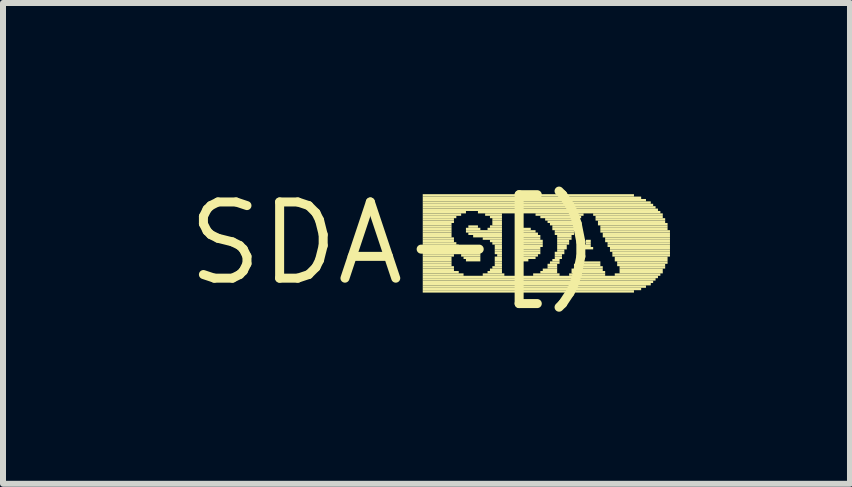
<source format=kicad_pcb>
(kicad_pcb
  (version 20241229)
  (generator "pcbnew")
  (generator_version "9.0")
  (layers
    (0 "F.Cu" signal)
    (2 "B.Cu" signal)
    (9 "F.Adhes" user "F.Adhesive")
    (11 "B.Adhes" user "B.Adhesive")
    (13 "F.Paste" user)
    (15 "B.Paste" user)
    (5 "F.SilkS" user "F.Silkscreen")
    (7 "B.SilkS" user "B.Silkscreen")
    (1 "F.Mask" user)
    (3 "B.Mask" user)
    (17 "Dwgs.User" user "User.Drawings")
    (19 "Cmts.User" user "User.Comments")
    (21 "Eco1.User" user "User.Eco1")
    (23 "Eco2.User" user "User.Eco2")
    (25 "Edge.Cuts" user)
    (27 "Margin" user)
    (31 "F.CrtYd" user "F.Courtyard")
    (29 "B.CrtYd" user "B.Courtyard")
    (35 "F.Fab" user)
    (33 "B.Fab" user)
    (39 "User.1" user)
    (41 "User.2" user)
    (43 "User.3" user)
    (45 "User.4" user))
  (footprint "SDA-[)"
    (layer "F.Cu")
    (at 3.515 1.006)
    (property "Reference" "SDA-[)" (at 0 0 0) (layer "F.SilkS") (effects (font (size 1.27 1.27) (thickness 0.15))))
    (fp_poly (pts (xy 0.48 -0.78) (xy 4 -0.78) (xy 4 -0.82) (xy 0.48 -0.82)) (stroke (width 0) (type solid)) (fill yes) (layer "F.SilkS"))
    (fp_poly (pts (xy 0.48 -0.74) (xy 4.12 -0.74) (xy 4.12 -0.78) (xy 0.48 -0.78)) (stroke (width 0) (type solid)) (fill yes) (layer "F.SilkS"))
    (fp_poly (pts (xy 0.48 -0.7) (xy 4.2 -0.7) (xy 4.2 -0.74) (xy 0.48 -0.74)) (stroke (width 0) (type solid)) (fill yes) (layer "F.SilkS"))
    (fp_poly (pts (xy 0.48 -0.66) (xy 4.28 -0.66) (xy 4.28 -0.7) (xy 0.48 -0.7)) (stroke (width 0) (type solid)) (fill yes) (layer "F.SilkS"))
    (fp_poly (pts (xy 0.48 -0.62) (xy 4.32 -0.62) (xy 4.32 -0.66) (xy 0.48 -0.66)) (stroke (width 0) (type solid)) (fill yes) (layer "F.SilkS"))
    (fp_poly (pts (xy 0.48 -0.58) (xy 4.36 -0.58) (xy 4.36 -0.62) (xy 0.48 -0.62)) (stroke (width 0) (type solid)) (fill yes) (layer "F.SilkS"))
    (fp_poly (pts (xy 0.48 -0.54) (xy 4.4 -0.54) (xy 4.4 -0.58) (xy 0.48 -0.58)) (stroke (width 0) (type solid)) (fill yes) (layer "F.SilkS"))
    (fp_poly (pts (xy 0.48 -0.5) (xy 1.2 -0.5) (xy 1.2 -0.54) (xy 0.48 -0.54)) (stroke (width 0) (type solid)) (fill yes) (layer "F.SilkS"))
    (fp_poly (pts (xy 0.48 -0.46) (xy 1.12 -0.46) (xy 1.12 -0.5) (xy 0.48 -0.5)) (stroke (width 0) (type solid)) (fill yes) (layer "F.SilkS"))
    (fp_poly (pts (xy 0.48 -0.42) (xy 1.04 -0.42) (xy 1.04 -0.46) (xy 0.48 -0.46)) (stroke (width 0) (type solid)) (fill yes) (layer "F.SilkS"))
    (fp_poly (pts (xy 0.48 -0.38) (xy 1 -0.38) (xy 1 -0.42) (xy 0.48 -0.42)) (stroke (width 0) (type solid)) (fill yes) (layer "F.SilkS"))
    (fp_poly (pts (xy 0.48 -0.34) (xy 1 -0.34) (xy 1 -0.38) (xy 0.48 -0.38)) (stroke (width 0) (type solid)) (fill yes) (layer "F.SilkS"))
    (fp_poly (pts (xy 0.48 -0.3) (xy 0.96 -0.3) (xy 0.96 -0.34) (xy 0.48 -0.34)) (stroke (width 0) (type solid)) (fill yes) (layer "F.SilkS"))
    (fp_poly (pts (xy 0.48 -0.26) (xy 0.96 -0.26) (xy 0.96 -0.3) (xy 0.48 -0.3)) (stroke (width 0) (type solid)) (fill yes) (layer "F.SilkS"))
    (fp_poly (pts (xy 0.48 -0.22) (xy 0.96 -0.22) (xy 0.96 -0.26) (xy 0.48 -0.26)) (stroke (width 0) (type solid)) (fill yes) (layer "F.SilkS"))
    (fp_poly (pts (xy 0.48 -0.18) (xy 0.96 -0.18) (xy 0.96 -0.22) (xy 0.48 -0.22)) (stroke (width 0) (type solid)) (fill yes) (layer "F.SilkS"))
    (fp_poly (pts (xy 0.48 -0.14) (xy 0.96 -0.14) (xy 0.96 -0.18) (xy 0.48 -0.18)) (stroke (width 0) (type solid)) (fill yes) (layer "F.SilkS"))
    (fp_poly (pts (xy 0.48 -0.1) (xy 0.96 -0.1) (xy 0.96 -0.14) (xy 0.48 -0.14)) (stroke (width 0) (type solid)) (fill yes) (layer "F.SilkS"))
    (fp_poly (pts (xy 0.48 -0.06) (xy 1 -0.06) (xy 1 -0.1) (xy 0.48 -0.1)) (stroke (width 0) (type solid)) (fill yes) (layer "F.SilkS"))
    (fp_poly (pts (xy 0.48 -0.02) (xy 1 -0.02) (xy 1 -0.06) (xy 0.48 -0.06)) (stroke (width 0) (type solid)) (fill yes) (layer "F.SilkS"))
    (fp_poly (pts (xy 0.48 0.02) (xy 1.04 0.02) (xy 1.04 -0.02) (xy 0.48 -0.02)) (stroke (width 0) (type solid)) (fill yes) (layer "F.SilkS"))
    (fp_poly (pts (xy 0.48 0.06) (xy 1.08 0.06) (xy 1.08 0.02) (xy 0.48 0.02)) (stroke (width 0) (type solid)) (fill yes) (layer "F.SilkS"))
    (fp_poly (pts (xy 0.48 0.1) (xy 1.2 0.1) (xy 1.2 0.06) (xy 0.48 0.06)) (stroke (width 0) (type solid)) (fill yes) (layer "F.SilkS"))
    (fp_poly (pts (xy 0.48 0.14) (xy 1.32 0.14) (xy 1.32 0.1) (xy 0.48 0.1)) (stroke (width 0) (type solid)) (fill yes) (layer "F.SilkS"))
    (fp_poly (pts (xy 0.48 0.18) (xy 1.44 0.18) (xy 1.44 0.14) (xy 0.48 0.14)) (stroke (width 0) (type solid)) (fill yes) (layer "F.SilkS"))
    (fp_poly (pts (xy 0.48 0.22) (xy 1 0.22) (xy 1 0.18) (xy 0.48 0.18)) (stroke (width 0) (type solid)) (fill yes) (layer "F.SilkS"))
    (fp_poly (pts (xy 0.48 0.26) (xy 0.96 0.26) (xy 0.96 0.22) (xy 0.48 0.22)) (stroke (width 0) (type solid)) (fill yes) (layer "F.SilkS"))
    (fp_poly (pts (xy 0.48 0.3) (xy 0.96 0.3) (xy 0.96 0.26) (xy 0.48 0.26)) (stroke (width 0) (type solid)) (fill yes) (layer "F.SilkS"))
    (fp_poly (pts (xy 0.48 0.34) (xy 0.96 0.34) (xy 0.96 0.3) (xy 0.48 0.3)) (stroke (width 0) (type solid)) (fill yes) (layer "F.SilkS"))
    (fp_poly (pts (xy 0.48 0.38) (xy 0.96 0.38) (xy 0.96 0.34) (xy 0.48 0.34)) (stroke (width 0) (type solid)) (fill yes) (layer "F.SilkS"))
    (fp_poly (pts (xy 0.48 0.42) (xy 1 0.42) (xy 1 0.38) (xy 0.48 0.38)) (stroke (width 0) (type solid)) (fill yes) (layer "F.SilkS"))
    (fp_poly (pts (xy 0.48 0.46) (xy 1 0.46) (xy 1 0.42) (xy 0.48 0.42)) (stroke (width 0) (type solid)) (fill yes) (layer "F.SilkS"))
    (fp_poly (pts (xy 0.48 0.5) (xy 1.08 0.5) (xy 1.08 0.46) (xy 0.48 0.46)) (stroke (width 0) (type solid)) (fill yes) (layer "F.SilkS"))
    (fp_poly (pts (xy 0.48 0.54) (xy 1.16 0.54) (xy 1.16 0.5) (xy 0.48 0.5)) (stroke (width 0) (type solid)) (fill yes) (layer "F.SilkS"))
    (fp_poly (pts (xy 0.48 0.58) (xy 4.4 0.58) (xy 4.4 0.54) (xy 0.48 0.54)) (stroke (width 0) (type solid)) (fill yes) (layer "F.SilkS"))
    (fp_poly (pts (xy 0.48 0.62) (xy 4.36 0.62) (xy 4.36 0.58) (xy 0.48 0.58)) (stroke (width 0) (type solid)) (fill yes) (layer "F.SilkS"))
    (fp_poly (pts (xy 0.48 0.66) (xy 4.32 0.66) (xy 4.32 0.62) (xy 0.48 0.62)) (stroke (width 0) (type solid)) (fill yes) (layer "F.SilkS"))
    (fp_poly (pts (xy 0.48 0.7) (xy 4.28 0.7) (xy 4.28 0.66) (xy 0.48 0.66)) (stroke (width 0) (type solid)) (fill yes) (layer "F.SilkS"))
    (fp_poly (pts (xy 0.48 0.74) (xy 4.2 0.74) (xy 4.2 0.7) (xy 0.48 0.7)) (stroke (width 0) (type solid)) (fill yes) (layer "F.SilkS"))
    (fp_poly (pts (xy 0.48 0.78) (xy 4.12 0.78) (xy 4.12 0.74) (xy 0.48 0.74)) (stroke (width 0) (type solid)) (fill yes) (layer "F.SilkS"))
    (fp_poly (pts (xy 0.48 0.82) (xy 4 0.82) (xy 4 0.78) (xy 0.48 0.78)) (stroke (width 0) (type solid)) (fill yes) (layer "F.SilkS"))
    (fp_poly (pts (xy 1.12 0.22) (xy 1.44 0.22) (xy 1.44 0.18) (xy 1.12 0.18)) (stroke (width 0) (type solid)) (fill yes) (layer "F.SilkS"))
    (fp_poly (pts (xy 1.16 0.26) (xy 1.44 0.26) (xy 1.44 0.22) (xy 1.16 0.22)) (stroke (width 0) (type solid)) (fill yes) (layer "F.SilkS"))
    (fp_poly (pts (xy 1.2 -0.22) (xy 1.44 -0.22) (xy 1.44 -0.26) (xy 1.2 -0.26)) (stroke (width 0) (type solid)) (fill yes) (layer "F.SilkS"))
    (fp_poly (pts (xy 1.2 -0.18) (xy 1.8 -0.18) (xy 1.8 -0.22) (xy 1.2 -0.22)) (stroke (width 0) (type solid)) (fill yes) (layer "F.SilkS"))
    (fp_poly (pts (xy 1.2 0.3) (xy 1.44 0.3) (xy 1.44 0.26) (xy 1.2 0.26)) (stroke (width 0) (type solid)) (fill yes) (layer "F.SilkS"))
    (fp_poly (pts (xy 1.24 -0.26) (xy 1.4 -0.26) (xy 1.4 -0.3) (xy 1.24 -0.3)) (stroke (width 0) (type solid)) (fill yes) (layer "F.SilkS"))
    (fp_poly (pts (xy 1.24 -0.14) (xy 1.8 -0.14) (xy 1.8 -0.18) (xy 1.24 -0.18)) (stroke (width 0) (type solid)) (fill yes) (layer "F.SilkS"))
    (fp_poly (pts (xy 1.32 -0.1) (xy 1.8 -0.1) (xy 1.8 -0.14) (xy 1.32 -0.14)) (stroke (width 0) (type solid)) (fill yes) (layer "F.SilkS"))
    (fp_poly (pts (xy 1.4 -0.5) (xy 4.44 -0.5) (xy 4.44 -0.54) (xy 1.4 -0.54)) (stroke (width 0) (type solid)) (fill yes) (layer "F.SilkS"))
    (fp_poly (pts (xy 1.48 -0.06) (xy 1.8 -0.06) (xy 1.8 -0.1) (xy 1.48 -0.1)) (stroke (width 0) (type solid)) (fill yes) (layer "F.SilkS"))
    (fp_poly (pts (xy 1.48 0.54) (xy 1.84 0.54) (xy 1.84 0.5) (xy 1.48 0.5)) (stroke (width 0) (type solid)) (fill yes) (layer "F.SilkS"))
    (fp_poly (pts (xy 1.52 -0.46) (xy 1.8 -0.46) (xy 1.8 -0.5) (xy 1.52 -0.5)) (stroke (width 0) (type solid)) (fill yes) (layer "F.SilkS"))
    (fp_poly (pts (xy 1.56 -0.22) (xy 1.8 -0.22) (xy 1.8 -0.26) (xy 1.56 -0.26)) (stroke (width 0) (type solid)) (fill yes) (layer "F.SilkS"))
    (fp_poly (pts (xy 1.56 0.5) (xy 1.8 0.5) (xy 1.8 0.46) (xy 1.56 0.46)) (stroke (width 0) (type solid)) (fill yes) (layer "F.SilkS"))
    (fp_poly (pts (xy 1.6 -0.42) (xy 1.8 -0.42) (xy 1.8 -0.46) (xy 1.6 -0.46)) (stroke (width 0) (type solid)) (fill yes) (layer "F.SilkS"))
    (fp_poly (pts (xy 1.6 -0.26) (xy 1.8 -0.26) (xy 1.8 -0.3) (xy 1.6 -0.3)) (stroke (width 0) (type solid)) (fill yes) (layer "F.SilkS"))
    (fp_poly (pts (xy 1.6 -0.02) (xy 1.8 -0.02) (xy 1.8 -0.06) (xy 1.6 -0.06)) (stroke (width 0) (type solid)) (fill yes) (layer "F.SilkS"))
    (fp_poly (pts (xy 1.6 0.46) (xy 1.8 0.46) (xy 1.8 0.42) (xy 1.6 0.42)) (stroke (width 0) (type solid)) (fill yes) (layer "F.SilkS"))
    (fp_poly (pts (xy 1.64 -0.38) (xy 1.8 -0.38) (xy 1.8 -0.42) (xy 1.64 -0.42)) (stroke (width 0) (type solid)) (fill yes) (layer "F.SilkS"))
    (fp_poly (pts (xy 1.64 -0.34) (xy 1.8 -0.34) (xy 1.8 -0.38) (xy 1.64 -0.38)) (stroke (width 0) (type solid)) (fill yes) (layer "F.SilkS"))
    (fp_poly (pts (xy 1.64 -0.3) (xy 1.8 -0.3) (xy 1.8 -0.34) (xy 1.64 -0.34)) (stroke (width 0) (type solid)) (fill yes) (layer "F.SilkS"))
    (fp_poly (pts (xy 1.64 0.02) (xy 1.8 0.02) (xy 1.8 -0.02) (xy 1.64 -0.02)) (stroke (width 0) (type solid)) (fill yes) (layer "F.SilkS"))
    (fp_poly (pts (xy 1.64 0.42) (xy 1.8 0.42) (xy 1.8 0.38) (xy 1.64 0.38)) (stroke (width 0) (type solid)) (fill yes) (layer "F.SilkS"))
    (fp_poly (pts (xy 1.68 0.06) (xy 1.8 0.06) (xy 1.8 0.02) (xy 1.68 0.02)) (stroke (width 0) (type solid)) (fill yes) (layer "F.SilkS"))
    (fp_poly (pts (xy 1.68 0.1) (xy 1.8 0.1) (xy 1.8 0.06) (xy 1.68 0.06)) (stroke (width 0) (type solid)) (fill yes) (layer "F.SilkS"))
    (fp_poly (pts (xy 1.68 0.14) (xy 1.8 0.14) (xy 1.8 0.1) (xy 1.68 0.1)) (stroke (width 0) (type solid)) (fill yes) (layer "F.SilkS"))
    (fp_poly (pts (xy 1.68 0.18) (xy 1.8 0.18) (xy 1.8 0.14) (xy 1.68 0.14)) (stroke (width 0) (type solid)) (fill yes) (layer "F.SilkS"))
    (fp_poly (pts (xy 1.68 0.26) (xy 1.8 0.26) (xy 1.8 0.22) (xy 1.68 0.22)) (stroke (width 0) (type solid)) (fill yes) (layer "F.SilkS"))
    (fp_poly (pts (xy 1.68 0.3) (xy 1.8 0.3) (xy 1.8 0.26) (xy 1.68 0.26)) (stroke (width 0) (type solid)) (fill yes) (layer "F.SilkS"))
    (fp_poly (pts (xy 1.68 0.34) (xy 1.8 0.34) (xy 1.8 0.3) (xy 1.68 0.3)) (stroke (width 0) (type solid)) (fill yes) (layer "F.SilkS"))
    (fp_poly (pts (xy 1.68 0.38) (xy 1.8 0.38) (xy 1.8 0.34) (xy 1.68 0.34)) (stroke (width 0) (type solid)) (fill yes) (layer "F.SilkS"))
    (fp_poly (pts (xy 1.72 0.22) (xy 1.8 0.22) (xy 1.8 0.18) (xy 1.72 0.18)) (stroke (width 0) (type solid)) (fill yes) (layer "F.SilkS"))
    (fp_poly (pts (xy 2.04 -0.22) (xy 2.28 -0.22) (xy 2.28 -0.26) (xy 2.04 -0.26)) (stroke (width 0) (type solid)) (fill yes) (layer "F.SilkS"))
    (fp_poly (pts (xy 2.04 -0.18) (xy 2.36 -0.18) (xy 2.36 -0.22) (xy 2.04 -0.22)) (stroke (width 0) (type solid)) (fill yes) (layer "F.SilkS"))
    (fp_poly (pts (xy 2.04 -0.14) (xy 2.4 -0.14) (xy 2.4 -0.18) (xy 2.04 -0.18)) (stroke (width 0) (type solid)) (fill yes) (layer "F.SilkS"))
    (fp_poly (pts (xy 2.04 -0.1) (xy 2.44 -0.1) (xy 2.44 -0.14) (xy 2.04 -0.14)) (stroke (width 0) (type solid)) (fill yes) (layer "F.SilkS"))
    (fp_poly (pts (xy 2.04 -0.06) (xy 2.44 -0.06) (xy 2.44 -0.1) (xy 2.04 -0.1)) (stroke (width 0) (type solid)) (fill yes) (layer "F.SilkS"))
    (fp_poly (pts (xy 2.04 -0.02) (xy 2.48 -0.02) (xy 2.48 -0.06) (xy 2.04 -0.06)) (stroke (width 0) (type solid)) (fill yes) (layer "F.SilkS"))
    (fp_poly (pts (xy 2.04 0.02) (xy 2.48 0.02) (xy 2.48 -0.02) (xy 2.04 -0.02)) (stroke (width 0) (type solid)) (fill yes) (layer "F.SilkS"))
    (fp_poly (pts (xy 2.04 0.06) (xy 2.48 0.06) (xy 2.48 0.02) (xy 2.04 0.02)) (stroke (width 0) (type solid)) (fill yes) (layer "F.SilkS"))
    (fp_poly (pts (xy 2.04 0.1) (xy 2.44 0.1) (xy 2.44 0.06) (xy 2.04 0.06)) (stroke (width 0) (type solid)) (fill yes) (layer "F.SilkS"))
    (fp_poly (pts (xy 2.04 0.14) (xy 2.44 0.14) (xy 2.44 0.1) (xy 2.04 0.1)) (stroke (width 0) (type solid)) (fill yes) (layer "F.SilkS"))
    (fp_poly (pts (xy 2.04 0.18) (xy 2.44 0.18) (xy 2.44 0.14) (xy 2.04 0.14)) (stroke (width 0) (type solid)) (fill yes) (layer "F.SilkS"))
    (fp_poly (pts (xy 2.04 0.22) (xy 2.4 0.22) (xy 2.4 0.18) (xy 2.04 0.18)) (stroke (width 0) (type solid)) (fill yes) (layer "F.SilkS"))
    (fp_poly (pts (xy 2.04 0.26) (xy 2.36 0.26) (xy 2.36 0.22) (xy 2.04 0.22)) (stroke (width 0) (type solid)) (fill yes) (layer "F.SilkS"))
    (fp_poly (pts (xy 2.08 0.3) (xy 2.24 0.3) (xy 2.24 0.26) (xy 2.08 0.26)) (stroke (width 0) (type solid)) (fill yes) (layer "F.SilkS"))
    (fp_poly (pts (xy 2.32 0.54) (xy 2.76 0.54) (xy 2.76 0.5) (xy 2.32 0.5)) (stroke (width 0) (type solid)) (fill yes) (layer "F.SilkS"))
    (fp_poly (pts (xy 2.36 -0.46) (xy 3.16 -0.46) (xy 3.16 -0.5) (xy 2.36 -0.5)) (stroke (width 0) (type solid)) (fill yes) (layer "F.SilkS"))
    (fp_poly (pts (xy 2.44 -0.42) (xy 3.12 -0.42) (xy 3.12 -0.46) (xy 2.44 -0.46)) (stroke (width 0) (type solid)) (fill yes) (layer "F.SilkS"))
    (fp_poly (pts (xy 2.44 0.5) (xy 2.72 0.5) (xy 2.72 0.46) (xy 2.44 0.46)) (stroke (width 0) (type solid)) (fill yes) (layer "F.SilkS"))
    (fp_poly (pts (xy 2.48 0.46) (xy 2.72 0.46) (xy 2.72 0.42) (xy 2.48 0.42)) (stroke (width 0) (type solid)) (fill yes) (layer "F.SilkS"))
    (fp_poly (pts (xy 2.52 -0.38) (xy 3.08 -0.38) (xy 3.08 -0.42) (xy 2.52 -0.42)) (stroke (width 0) (type solid)) (fill yes) (layer "F.SilkS"))
    (fp_poly (pts (xy 2.56 -0.34) (xy 3.08 -0.34) (xy 3.08 -0.38) (xy 2.56 -0.38)) (stroke (width 0) (type solid)) (fill yes) (layer "F.SilkS"))
    (fp_poly (pts (xy 2.56 0.38) (xy 2.72 0.38) (xy 2.72 0.34) (xy 2.56 0.34)) (stroke (width 0) (type solid)) (fill yes) (layer "F.SilkS"))
    (fp_poly (pts (xy 2.56 0.42) (xy 2.72 0.42) (xy 2.72 0.38) (xy 2.56 0.38)) (stroke (width 0) (type solid)) (fill yes) (layer "F.SilkS"))
    (fp_poly (pts (xy 2.6 -0.3) (xy 3.04 -0.3) (xy 3.04 -0.34) (xy 2.6 -0.34)) (stroke (width 0) (type solid)) (fill yes) (layer "F.SilkS"))
    (fp_poly (pts (xy 2.6 0.34) (xy 2.76 0.34) (xy 2.76 0.3) (xy 2.6 0.3)) (stroke (width 0) (type solid)) (fill yes) (layer "F.SilkS"))
    (fp_poly (pts (xy 2.64 -0.26) (xy 3.04 -0.26) (xy 3.04 -0.3) (xy 2.64 -0.3)) (stroke (width 0) (type solid)) (fill yes) (layer "F.SilkS"))
    (fp_poly (pts (xy 2.64 -0.22) (xy 3.04 -0.22) (xy 3.04 -0.26) (xy 2.64 -0.26)) (stroke (width 0) (type solid)) (fill yes) (layer "F.SilkS"))
    (fp_poly (pts (xy 2.64 0.3) (xy 2.76 0.3) (xy 2.76 0.26) (xy 2.64 0.26)) (stroke (width 0) (type solid)) (fill yes) (layer "F.SilkS"))
    (fp_poly (pts (xy 2.68 -0.18) (xy 3 -0.18) (xy 3 -0.22) (xy 2.68 -0.22)) (stroke (width 0) (type solid)) (fill yes) (layer "F.SilkS"))
    (fp_poly (pts (xy 2.68 -0.14) (xy 3 -0.14) (xy 3 -0.18) (xy 2.68 -0.18)) (stroke (width 0) (type solid)) (fill yes) (layer "F.SilkS"))
    (fp_poly (pts (xy 2.68 0.18) (xy 2.84 0.18) (xy 2.84 0.14) (xy 2.68 0.14)) (stroke (width 0) (type solid)) (fill yes) (layer "F.SilkS"))
    (fp_poly (pts (xy 2.68 0.22) (xy 2.8 0.22) (xy 2.8 0.18) (xy 2.68 0.18)) (stroke (width 0) (type solid)) (fill yes) (layer "F.SilkS"))
    (fp_poly (pts (xy 2.68 0.26) (xy 2.8 0.26) (xy 2.8 0.22) (xy 2.68 0.22)) (stroke (width 0) (type solid)) (fill yes) (layer "F.SilkS"))
    (fp_poly (pts (xy 2.72 -0.1) (xy 2.96 -0.1) (xy 2.96 -0.14) (xy 2.72 -0.14)) (stroke (width 0) (type solid)) (fill yes) (layer "F.SilkS"))
    (fp_poly (pts (xy 2.72 -0.06) (xy 2.96 -0.06) (xy 2.96 -0.1) (xy 2.72 -0.1)) (stroke (width 0) (type solid)) (fill yes) (layer "F.SilkS"))
    (fp_poly (pts (xy 2.72 -0.02) (xy 2.92 -0.02) (xy 2.92 -0.06) (xy 2.72 -0.06)) (stroke (width 0) (type solid)) (fill yes) (layer "F.SilkS"))
    (fp_poly (pts (xy 2.72 0.02) (xy 2.92 0.02) (xy 2.92 -0.02) (xy 2.72 -0.02)) (stroke (width 0) (type solid)) (fill yes) (layer "F.SilkS"))
    (fp_poly (pts (xy 2.72 0.06) (xy 2.88 0.06) (xy 2.88 0.02) (xy 2.72 0.02)) (stroke (width 0) (type solid)) (fill yes) (layer "F.SilkS"))
    (fp_poly (pts (xy 2.72 0.1) (xy 2.88 0.1) (xy 2.88 0.06) (xy 2.72 0.06)) (stroke (width 0) (type solid)) (fill yes) (layer "F.SilkS"))
    (fp_poly (pts (xy 2.72 0.14) (xy 2.84 0.14) (xy 2.84 0.1) (xy 2.72 0.1)) (stroke (width 0) (type solid)) (fill yes) (layer "F.SilkS"))
    (fp_poly (pts (xy 2.92 0.54) (xy 3.52 0.54) (xy 3.52 0.5) (xy 2.92 0.5)) (stroke (width 0) (type solid)) (fill yes) (layer "F.SilkS"))
    (fp_poly (pts (xy 2.96 0.46) (xy 3.48 0.46) (xy 3.48 0.42) (xy 2.96 0.42)) (stroke (width 0) (type solid)) (fill yes) (layer "F.SilkS"))
    (fp_poly (pts (xy 2.96 0.5) (xy 3.52 0.5) (xy 3.52 0.46) (xy 2.96 0.46)) (stroke (width 0) (type solid)) (fill yes) (layer "F.SilkS"))
    (fp_poly (pts (xy 3 0.38) (xy 3.44 0.38) (xy 3.44 0.34) (xy 3 0.34)) (stroke (width 0) (type solid)) (fill yes) (layer "F.SilkS"))
    (fp_poly (pts (xy 3 0.42) (xy 3.48 0.42) (xy 3.48 0.38) (xy 3 0.38)) (stroke (width 0) (type solid)) (fill yes) (layer "F.SilkS"))
    (fp_poly (pts (xy 3.04 0.34) (xy 3.44 0.34) (xy 3.44 0.3) (xy 3.04 0.3)) (stroke (width 0) (type solid)) (fill yes) (layer "F.SilkS"))
    (fp_poly (pts (xy 3.16 0.06) (xy 3.28 0.06) (xy 3.28 0.02) (xy 3.16 0.02)) (stroke (width 0) (type solid)) (fill yes) (layer "F.SilkS"))
    (fp_poly (pts (xy 3.16 0.1) (xy 3.32 0.1) (xy 3.32 0.06) (xy 3.16 0.06)) (stroke (width 0) (type solid)) (fill yes) (layer "F.SilkS"))
    (fp_poly (pts (xy 3.2 -0.02) (xy 3.28 -0.02) (xy 3.28 -0.06) (xy 3.2 -0.06)) (stroke (width 0) (type solid)) (fill yes) (layer "F.SilkS"))
    (fp_poly (pts (xy 3.2 0.02) (xy 3.28 0.02) (xy 3.28 -0.02) (xy 3.2 -0.02)) (stroke (width 0) (type solid)) (fill yes) (layer "F.SilkS"))
    (fp_poly (pts (xy 3.32 -0.46) (xy 4.48 -0.46) (xy 4.48 -0.5) (xy 3.32 -0.5)) (stroke (width 0) (type solid)) (fill yes) (layer "F.SilkS"))
    (fp_poly (pts (xy 3.36 -0.42) (xy 4.48 -0.42) (xy 4.48 -0.46) (xy 3.36 -0.46)) (stroke (width 0) (type solid)) (fill yes) (layer "F.SilkS"))
    (fp_poly (pts (xy 3.36 -0.38) (xy 4.52 -0.38) (xy 4.52 -0.42) (xy 3.36 -0.42)) (stroke (width 0) (type solid)) (fill yes) (layer "F.SilkS"))
    (fp_poly (pts (xy 3.4 -0.34) (xy 4.52 -0.34) (xy 4.52 -0.38) (xy 3.4 -0.38)) (stroke (width 0) (type solid)) (fill yes) (layer "F.SilkS"))
    (fp_poly (pts (xy 3.4 -0.3) (xy 4.56 -0.3) (xy 4.56 -0.34) (xy 3.4 -0.34)) (stroke (width 0) (type solid)) (fill yes) (layer "F.SilkS"))
    (fp_poly (pts (xy 3.44 -0.26) (xy 4.56 -0.26) (xy 4.56 -0.3) (xy 3.44 -0.3)) (stroke (width 0) (type solid)) (fill yes) (layer "F.SilkS"))
    (fp_poly (pts (xy 3.44 -0.22) (xy 4.56 -0.22) (xy 4.56 -0.26) (xy 3.44 -0.26)) (stroke (width 0) (type solid)) (fill yes) (layer "F.SilkS"))
    (fp_poly (pts (xy 3.44 -0.18) (xy 4.6 -0.18) (xy 4.6 -0.22) (xy 3.44 -0.22)) (stroke (width 0) (type solid)) (fill yes) (layer "F.SilkS"))
    (fp_poly (pts (xy 3.48 -0.14) (xy 4.6 -0.14) (xy 4.6 -0.18) (xy 3.48 -0.18)) (stroke (width 0) (type solid)) (fill yes) (layer "F.SilkS"))
    (fp_poly (pts (xy 3.48 -0.1) (xy 4.6 -0.1) (xy 4.6 -0.14) (xy 3.48 -0.14)) (stroke (width 0) (type solid)) (fill yes) (layer "F.SilkS"))
    (fp_poly (pts (xy 3.52 -0.06) (xy 4.6 -0.06) (xy 4.6 -0.1) (xy 3.52 -0.1)) (stroke (width 0) (type solid)) (fill yes) (layer "F.SilkS"))
    (fp_poly (pts (xy 3.52 -0.02) (xy 4.6 -0.02) (xy 4.6 -0.06) (xy 3.52 -0.06)) (stroke (width 0) (type solid)) (fill yes) (layer "F.SilkS"))
    (fp_poly (pts (xy 3.56 0.02) (xy 4.6 0.02) (xy 4.6 -0.02) (xy 3.56 -0.02)) (stroke (width 0) (type solid)) (fill yes) (layer "F.SilkS"))
    (fp_poly (pts (xy 3.56 0.06) (xy 4.6 0.06) (xy 4.6 0.02) (xy 3.56 0.02)) (stroke (width 0) (type solid)) (fill yes) (layer "F.SilkS"))
    (fp_poly (pts (xy 3.6 0.1) (xy 4.6 0.1) (xy 4.6 0.06) (xy 3.6 0.06)) (stroke (width 0) (type solid)) (fill yes) (layer "F.SilkS"))
    (fp_poly (pts (xy 3.6 0.14) (xy 4.6 0.14) (xy 4.6 0.1) (xy 3.6 0.1)) (stroke (width 0) (type solid)) (fill yes) (layer "F.SilkS"))
    (fp_poly (pts (xy 3.64 0.18) (xy 4.6 0.18) (xy 4.6 0.14) (xy 3.64 0.14)) (stroke (width 0) (type solid)) (fill yes) (layer "F.SilkS"))
    (fp_poly (pts (xy 3.64 0.22) (xy 4.6 0.22) (xy 4.6 0.18) (xy 3.64 0.18)) (stroke (width 0) (type solid)) (fill yes) (layer "F.SilkS"))
    (fp_poly (pts (xy 3.68 0.26) (xy 4.56 0.26) (xy 4.56 0.22) (xy 3.68 0.22)) (stroke (width 0) (type solid)) (fill yes) (layer "F.SilkS"))
    (fp_poly (pts (xy 3.68 0.3) (xy 4.56 0.3) (xy 4.56 0.26) (xy 3.68 0.26)) (stroke (width 0) (type solid)) (fill yes) (layer "F.SilkS"))
    (fp_poly (pts (xy 3.68 0.54) (xy 4.44 0.54) (xy 4.44 0.5) (xy 3.68 0.5)) (stroke (width 0) (type solid)) (fill yes) (layer "F.SilkS"))
    (fp_poly (pts (xy 3.72 0.34) (xy 4.56 0.34) (xy 4.56 0.3) (xy 3.72 0.3)) (stroke (width 0) (type solid)) (fill yes) (layer "F.SilkS"))
    (fp_poly (pts (xy 3.72 0.38) (xy 4.52 0.38) (xy 4.52 0.34) (xy 3.72 0.34)) (stroke (width 0) (type solid)) (fill yes) (layer "F.SilkS"))
    (fp_poly (pts (xy 3.76 0.42) (xy 4.52 0.42) (xy 4.52 0.38) (xy 3.76 0.38)) (stroke (width 0) (type solid)) (fill yes) (layer "F.SilkS"))
    (fp_poly (pts (xy 3.76 0.46) (xy 4.48 0.46) (xy 4.48 0.42) (xy 3.76 0.42)) (stroke (width 0) (type solid)) (fill yes) (layer "F.SilkS"))
    (fp_poly (pts (xy 3.76 0.5) (xy 4.48 0.5) (xy 4.48 0.46) (xy 3.76 0.46)) (stroke (width 0) (type solid)) (fill yes) (layer "F.SilkS")))
  (gr_rect
    (start -3 -3)
    (end 11.115 5.012)
    (stroke (width 0.1) (type default))
    (fill no)
    (layer "Edge.Cuts")))
</source>
